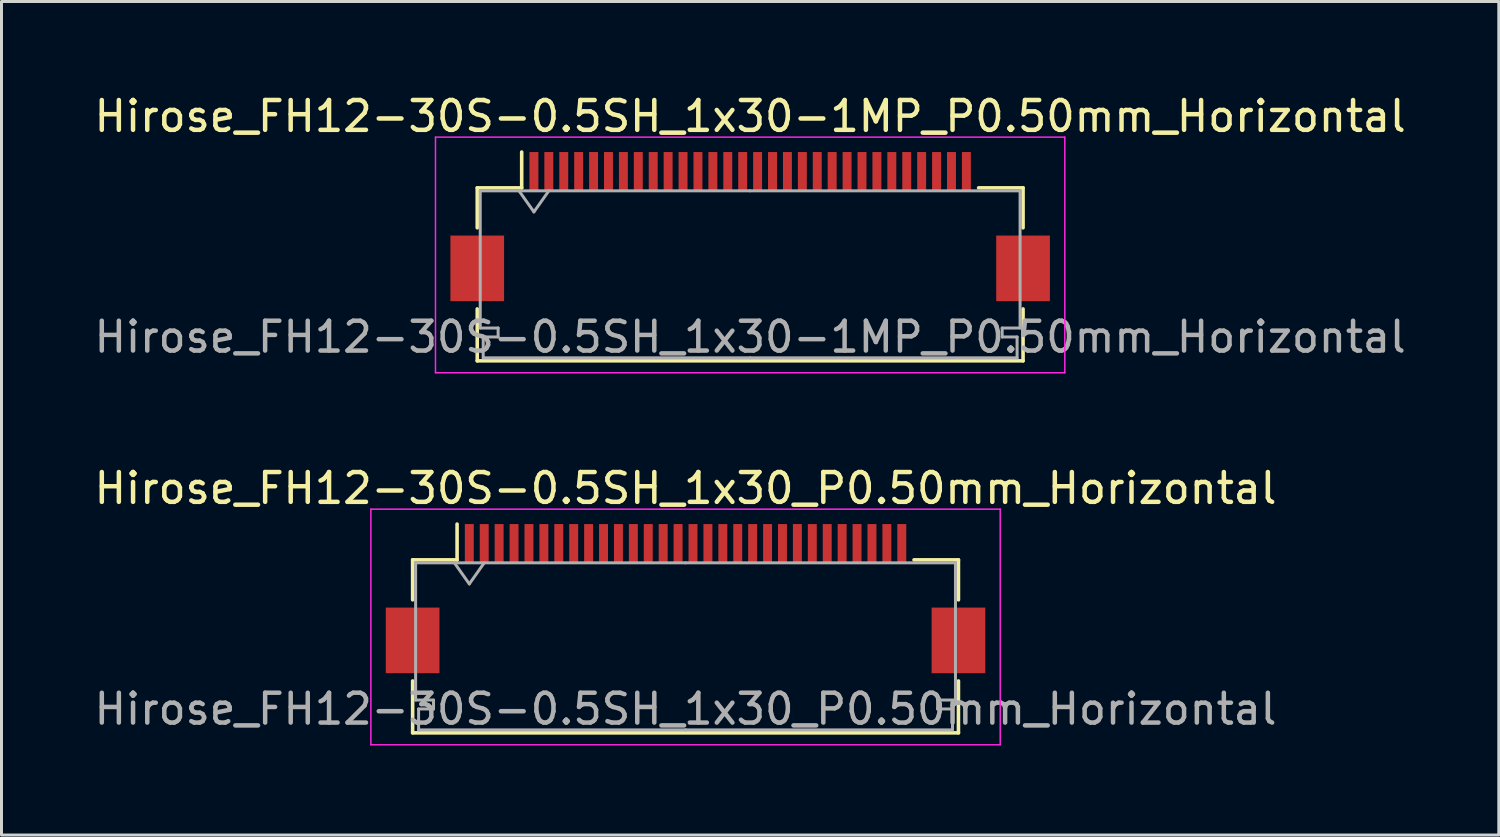
<source format=kicad_pcb>
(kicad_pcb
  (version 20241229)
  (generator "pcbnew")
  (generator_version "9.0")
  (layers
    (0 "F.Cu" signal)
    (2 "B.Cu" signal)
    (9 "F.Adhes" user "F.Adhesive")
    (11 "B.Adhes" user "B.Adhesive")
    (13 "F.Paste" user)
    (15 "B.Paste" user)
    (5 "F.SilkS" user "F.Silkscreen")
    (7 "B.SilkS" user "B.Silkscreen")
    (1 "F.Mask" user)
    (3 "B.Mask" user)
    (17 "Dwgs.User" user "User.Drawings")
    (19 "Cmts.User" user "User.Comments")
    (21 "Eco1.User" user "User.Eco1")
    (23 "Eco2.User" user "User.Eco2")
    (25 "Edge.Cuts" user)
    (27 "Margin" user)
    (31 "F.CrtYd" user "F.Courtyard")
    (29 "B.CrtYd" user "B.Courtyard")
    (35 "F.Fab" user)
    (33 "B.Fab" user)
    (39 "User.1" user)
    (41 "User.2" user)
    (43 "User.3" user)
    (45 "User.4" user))
  (footprint "Hirose_FH12-30S-0.5SH_1x30-1MP_P0.50mm_Horizontal"
    (layer "F.Cu")
    (at 22.101 4.548)
    (property "Reference" "Hirose_FH12-30S-0.5SH_1x30-1MP_P0.50mm_Horizontal" (at 0 -3.7 0) (layer "F.SilkS") (effects (font (size 1 1) (thickness 0.15))))
    (attr smd)
    (fp_line (start -9.15 -1.3) (end -9.15 0.04) (stroke (width 0.12) (type solid)) (layer "F.SilkS"))
    (fp_line (start -9.15 2.76) (end -9.15 4.5) (stroke (width 0.12) (type solid)) (layer "F.SilkS"))
    (fp_line (start -9.15 4.5) (end 9.15 4.5) (stroke (width 0.12) (type solid)) (layer "F.SilkS"))
    (fp_line (start -7.66 -1.3) (end -9.15 -1.3) (stroke (width 0.12) (type solid)) (layer "F.SilkS"))
    (fp_line (start -7.66 -1.3) (end -7.66 -2.5) (stroke (width 0.12) (type solid)) (layer "F.SilkS"))
    (fp_line (start 7.66 -1.3) (end 9.15 -1.3) (stroke (width 0.12) (type solid)) (layer "F.SilkS"))
    (fp_line (start 9.15 -1.3) (end 9.15 0.04) (stroke (width 0.12) (type solid)) (layer "F.SilkS"))
    (fp_line (start 9.15 4.5) (end 9.15 2.76) (stroke (width 0.12) (type solid)) (layer "F.SilkS"))
    (fp_line (start -10.55 -3) (end -10.55 4.9) (stroke (width 0.05) (type solid)) (layer "F.CrtYd"))
    (fp_line (start -10.55 4.9) (end 10.55 4.9) (stroke (width 0.05) (type solid)) (layer "F.CrtYd"))
    (fp_line (start 10.55 -3) (end -10.55 -3) (stroke (width 0.05) (type solid)) (layer "F.CrtYd"))
    (fp_line (start 10.55 4.9) (end 10.55 -3) (stroke (width 0.05) (type solid)) (layer "F.CrtYd"))
    (fp_line (start -9.05 -1.2) (end -9.05 3.4) (stroke (width 0.1) (type solid)) (layer "F.Fab"))
    (fp_line (start -9.05 3.4) (end -8.45 3.4) (stroke (width 0.1) (type solid)) (layer "F.Fab"))
    (fp_line (start -8.95 3.7) (end -8.95 4.4) (stroke (width 0.1) (type solid)) (layer "F.Fab"))
    (fp_line (start -8.95 4.4) (end 0 4.4) (stroke (width 0.1) (type solid)) (layer "F.Fab"))
    (fp_line (start -8.45 3.4) (end -8.45 3.7) (stroke (width 0.1) (type solid)) (layer "F.Fab"))
    (fp_line (start -8.45 3.7) (end -8.95 3.7) (stroke (width 0.1) (type solid)) (layer "F.Fab"))
    (fp_line (start -7.75 -1.2) (end -7.25 -0.493) (stroke (width 0.1) (type solid)) (layer "F.Fab"))
    (fp_line (start -7.25 -0.493) (end -6.75 -1.2) (stroke (width 0.1) (type solid)) (layer "F.Fab"))
    (fp_line (start 0 -1.2) (end -9.05 -1.2) (stroke (width 0.1) (type solid)) (layer "F.Fab"))
    (fp_line (start 0 -1.2) (end 9.05 -1.2) (stroke (width 0.1) (type solid)) (layer "F.Fab"))
    (fp_line (start 8.45 3.4) (end 8.45 3.7) (stroke (width 0.1) (type solid)) (layer "F.Fab"))
    (fp_line (start 8.45 3.7) (end 8.95 3.7) (stroke (width 0.1) (type solid)) (layer "F.Fab"))
    (fp_line (start 8.95 3.7) (end 8.95 4.4) (stroke (width 0.1) (type solid)) (layer "F.Fab"))
    (fp_line (start 8.95 4.4) (end 0 4.4) (stroke (width 0.1) (type solid)) (layer "F.Fab"))
    (fp_line (start 9.05 -1.2) (end 9.05 3.4) (stroke (width 0.1) (type solid)) (layer "F.Fab"))
    (fp_line (start 9.05 3.4) (end 8.45 3.4) (stroke (width 0.1) (type solid)) (layer "F.Fab"))
    (fp_text user "${REFERENCE}" (at 0 3.7 0) (layer "F.Fab") (effects (font (size 1 1) (thickness 0.15))))
    (pad "1" smd rect (at -7.25 -1.85) (size 0.3 1.3) (layers "F.Cu" "F.Mask" "F.Paste"))
    (pad "2" smd rect (at -6.75 -1.85) (size 0.3 1.3) (layers "F.Cu" "F.Mask" "F.Paste"))
    (pad "3" smd rect (at -6.25 -1.85) (size 0.3 1.3) (layers "F.Cu" "F.Mask" "F.Paste"))
    (pad "4" smd rect (at -5.75 -1.85) (size 0.3 1.3) (layers "F.Cu" "F.Mask" "F.Paste"))
    (pad "5" smd rect (at -5.25 -1.85) (size 0.3 1.3) (layers "F.Cu" "F.Mask" "F.Paste"))
    (pad "6" smd rect (at -4.75 -1.85) (size 0.3 1.3) (layers "F.Cu" "F.Mask" "F.Paste"))
    (pad "7" smd rect (at -4.25 -1.85) (size 0.3 1.3) (layers "F.Cu" "F.Mask" "F.Paste"))
    (pad "8" smd rect (at -3.75 -1.85) (size 0.3 1.3) (layers "F.Cu" "F.Mask" "F.Paste"))
    (pad "9" smd rect (at -3.25 -1.85) (size 0.3 1.3) (layers "F.Cu" "F.Mask" "F.Paste"))
    (pad "10" smd rect (at -2.75 -1.85) (size 0.3 1.3) (layers "F.Cu" "F.Mask" "F.Paste"))
    (pad "11" smd rect (at -2.25 -1.85) (size 0.3 1.3) (layers "F.Cu" "F.Mask" "F.Paste"))
    (pad "12" smd rect (at -1.75 -1.85) (size 0.3 1.3) (layers "F.Cu" "F.Mask" "F.Paste"))
    (pad "13" smd rect (at -1.25 -1.85) (size 0.3 1.3) (layers "F.Cu" "F.Mask" "F.Paste"))
    (pad "14" smd rect (at -0.75 -1.85) (size 0.3 1.3) (layers "F.Cu" "F.Mask" "F.Paste"))
    (pad "15" smd rect (at -0.25 -1.85) (size 0.3 1.3) (layers "F.Cu" "F.Mask" "F.Paste"))
    (pad "16" smd rect (at 0.25 -1.85) (size 0.3 1.3) (layers "F.Cu" "F.Mask" "F.Paste"))
    (pad "17" smd rect (at 0.75 -1.85) (size 0.3 1.3) (layers "F.Cu" "F.Mask" "F.Paste"))
    (pad "18" smd rect (at 1.25 -1.85) (size 0.3 1.3) (layers "F.Cu" "F.Mask" "F.Paste"))
    (pad "19" smd rect (at 1.75 -1.85) (size 0.3 1.3) (layers "F.Cu" "F.Mask" "F.Paste"))
    (pad "20" smd rect (at 2.25 -1.85) (size 0.3 1.3) (layers "F.Cu" "F.Mask" "F.Paste"))
    (pad "21" smd rect (at 2.75 -1.85) (size 0.3 1.3) (layers "F.Cu" "F.Mask" "F.Paste"))
    (pad "22" smd rect (at 3.25 -1.85) (size 0.3 1.3) (layers "F.Cu" "F.Mask" "F.Paste"))
    (pad "23" smd rect (at 3.75 -1.85) (size 0.3 1.3) (layers "F.Cu" "F.Mask" "F.Paste"))
    (pad "24" smd rect (at 4.25 -1.85) (size 0.3 1.3) (layers "F.Cu" "F.Mask" "F.Paste"))
    (pad "25" smd rect (at 4.75 -1.85) (size 0.3 1.3) (layers "F.Cu" "F.Mask" "F.Paste"))
    (pad "26" smd rect (at 5.25 -1.85) (size 0.3 1.3) (layers "F.Cu" "F.Mask" "F.Paste"))
    (pad "27" smd rect (at 5.75 -1.85) (size 0.3 1.3) (layers "F.Cu" "F.Mask" "F.Paste"))
    (pad "28" smd rect (at 6.25 -1.85) (size 0.3 1.3) (layers "F.Cu" "F.Mask" "F.Paste"))
    (pad "29" smd rect (at 6.75 -1.85) (size 0.3 1.3) (layers "F.Cu" "F.Mask" "F.Paste"))
    (pad "30" smd rect (at 7.25 -1.85) (size 0.3 1.3) (layers "F.Cu" "F.Mask" "F.Paste"))
    (pad "MP" smd rect (at -9.15 1.4) (size 1.8 2.2) (layers "F.Cu" "F.Mask" "F.Paste"))
    (pad "MP" smd rect (at 9.15 1.4) (size 1.8 2.2) (layers "F.Cu" "F.Mask" "F.Paste")))
  (footprint "Hirose_FH12-30S-0.5SH_1x30_P0.50mm_Horizontal"
    (layer "F.Cu")
    (at 19.935 17.021)
    (property "Reference" "Hirose_FH12-30S-0.5SH_1x30_P0.50mm_Horizontal" (at 0 -3.7 0) (layer "F.SilkS") (effects (font (size 1 1) (thickness 0.15))))
    (attr smd)
    (fp_line (start -9.15 -1.3) (end -9.15 0.04) (stroke (width 0.12) (type solid)) (layer "F.SilkS"))
    (fp_line (start -9.15 2.76) (end -9.15 4.5) (stroke (width 0.12) (type solid)) (layer "F.SilkS"))
    (fp_line (start -9.15 4.5) (end 9.15 4.5) (stroke (width 0.12) (type solid)) (layer "F.SilkS"))
    (fp_line (start -7.66 -1.3) (end -9.15 -1.3) (stroke (width 0.12) (type solid)) (layer "F.SilkS"))
    (fp_line (start -7.66 -1.3) (end -7.66 -2.5) (stroke (width 0.12) (type solid)) (layer "F.SilkS"))
    (fp_line (start 7.66 -1.3) (end 9.15 -1.3) (stroke (width 0.12) (type solid)) (layer "F.SilkS"))
    (fp_line (start 9.15 -1.3) (end 9.15 0.04) (stroke (width 0.12) (type solid)) (layer "F.SilkS"))
    (fp_line (start 9.15 4.5) (end 9.15 2.76) (stroke (width 0.12) (type solid)) (layer "F.SilkS"))
    (fp_line (start -10.55 -3) (end -10.55 4.9) (stroke (width 0.05) (type solid)) (layer "F.CrtYd"))
    (fp_line (start -10.55 4.9) (end 10.55 4.9) (stroke (width 0.05) (type solid)) (layer "F.CrtYd"))
    (fp_line (start 10.55 -3) (end -10.55 -3) (stroke (width 0.05) (type solid)) (layer "F.CrtYd"))
    (fp_line (start 10.55 4.9) (end 10.55 -3) (stroke (width 0.05) (type solid)) (layer "F.CrtYd"))
    (fp_line (start -9.05 -1.2) (end -9.05 3.4) (stroke (width 0.1) (type solid)) (layer "F.Fab"))
    (fp_line (start -9.05 3.4) (end -8.45 3.4) (stroke (width 0.1) (type solid)) (layer "F.Fab"))
    (fp_line (start -8.95 3.7) (end -8.95 4.4) (stroke (width 0.1) (type solid)) (layer "F.Fab"))
    (fp_line (start -8.95 4.4) (end 0 4.4) (stroke (width 0.1) (type solid)) (layer "F.Fab"))
    (fp_line (start -8.45 3.4) (end -8.45 3.7) (stroke (width 0.1) (type solid)) (layer "F.Fab"))
    (fp_line (start -8.45 3.7) (end -8.95 3.7) (stroke (width 0.1) (type solid)) (layer "F.Fab"))
    (fp_line (start -7.75 -1.2) (end -7.25 -0.493) (stroke (width 0.1) (type solid)) (layer "F.Fab"))
    (fp_line (start -7.25 -0.493) (end -6.75 -1.2) (stroke (width 0.1) (type solid)) (layer "F.Fab"))
    (fp_line (start 0 -1.2) (end -9.05 -1.2) (stroke (width 0.1) (type solid)) (layer "F.Fab"))
    (fp_line (start 0 -1.2) (end 9.05 -1.2) (stroke (width 0.1) (type solid)) (layer "F.Fab"))
    (fp_line (start 8.45 3.4) (end 8.45 3.7) (stroke (width 0.1) (type solid)) (layer "F.Fab"))
    (fp_line (start 8.45 3.7) (end 8.95 3.7) (stroke (width 0.1) (type solid)) (layer "F.Fab"))
    (fp_line (start 8.95 3.7) (end 8.95 4.4) (stroke (width 0.1) (type solid)) (layer "F.Fab"))
    (fp_line (start 8.95 4.4) (end 0 4.4) (stroke (width 0.1) (type solid)) (layer "F.Fab"))
    (fp_line (start 9.05 -1.2) (end 9.05 3.4) (stroke (width 0.1) (type solid)) (layer "F.Fab"))
    (fp_line (start 9.05 3.4) (end 8.45 3.4) (stroke (width 0.1) (type solid)) (layer "F.Fab"))
    (fp_text user "${REFERENCE}" (at 0 3.7 0) (layer "F.Fab") (effects (font (size 1 1) (thickness 0.15))))
    (pad "" smd rect (at -9.15 1.4) (size 1.8 2.2) (layers "F.Cu" "F.Mask" "F.Paste"))
    (pad "" smd rect (at 9.15 1.4) (size 1.8 2.2) (layers "F.Cu" "F.Mask" "F.Paste"))
    (pad "1" smd rect (at -7.25 -1.85) (size 0.3 1.3) (layers "F.Cu" "F.Mask" "F.Paste"))
    (pad "2" smd rect (at -6.75 -1.85) (size 0.3 1.3) (layers "F.Cu" "F.Mask" "F.Paste"))
    (pad "3" smd rect (at -6.25 -1.85) (size 0.3 1.3) (layers "F.Cu" "F.Mask" "F.Paste"))
    (pad "4" smd rect (at -5.75 -1.85) (size 0.3 1.3) (layers "F.Cu" "F.Mask" "F.Paste"))
    (pad "5" smd rect (at -5.25 -1.85) (size 0.3 1.3) (layers "F.Cu" "F.Mask" "F.Paste"))
    (pad "6" smd rect (at -4.75 -1.85) (size 0.3 1.3) (layers "F.Cu" "F.Mask" "F.Paste"))
    (pad "7" smd rect (at -4.25 -1.85) (size 0.3 1.3) (layers "F.Cu" "F.Mask" "F.Paste"))
    (pad "8" smd rect (at -3.75 -1.85) (size 0.3 1.3) (layers "F.Cu" "F.Mask" "F.Paste"))
    (pad "9" smd rect (at -3.25 -1.85) (size 0.3 1.3) (layers "F.Cu" "F.Mask" "F.Paste"))
    (pad "10" smd rect (at -2.75 -1.85) (size 0.3 1.3) (layers "F.Cu" "F.Mask" "F.Paste"))
    (pad "11" smd rect (at -2.25 -1.85) (size 0.3 1.3) (layers "F.Cu" "F.Mask" "F.Paste"))
    (pad "12" smd rect (at -1.75 -1.85) (size 0.3 1.3) (layers "F.Cu" "F.Mask" "F.Paste"))
    (pad "13" smd rect (at -1.25 -1.85) (size 0.3 1.3) (layers "F.Cu" "F.Mask" "F.Paste"))
    (pad "14" smd rect (at -0.75 -1.85) (size 0.3 1.3) (layers "F.Cu" "F.Mask" "F.Paste"))
    (pad "15" smd rect (at -0.25 -1.85) (size 0.3 1.3) (layers "F.Cu" "F.Mask" "F.Paste"))
    (pad "16" smd rect (at 0.25 -1.85) (size 0.3 1.3) (layers "F.Cu" "F.Mask" "F.Paste"))
    (pad "17" smd rect (at 0.75 -1.85) (size 0.3 1.3) (layers "F.Cu" "F.Mask" "F.Paste"))
    (pad "18" smd rect (at 1.25 -1.85) (size 0.3 1.3) (layers "F.Cu" "F.Mask" "F.Paste"))
    (pad "19" smd rect (at 1.75 -1.85) (size 0.3 1.3) (layers "F.Cu" "F.Mask" "F.Paste"))
    (pad "20" smd rect (at 2.25 -1.85) (size 0.3 1.3) (layers "F.Cu" "F.Mask" "F.Paste"))
    (pad "21" smd rect (at 2.75 -1.85) (size 0.3 1.3) (layers "F.Cu" "F.Mask" "F.Paste"))
    (pad "22" smd rect (at 3.25 -1.85) (size 0.3 1.3) (layers "F.Cu" "F.Mask" "F.Paste"))
    (pad "23" smd rect (at 3.75 -1.85) (size 0.3 1.3) (layers "F.Cu" "F.Mask" "F.Paste"))
    (pad "24" smd rect (at 4.25 -1.85) (size 0.3 1.3) (layers "F.Cu" "F.Mask" "F.Paste"))
    (pad "25" smd rect (at 4.75 -1.85) (size 0.3 1.3) (layers "F.Cu" "F.Mask" "F.Paste"))
    (pad "26" smd rect (at 5.25 -1.85) (size 0.3 1.3) (layers "F.Cu" "F.Mask" "F.Paste"))
    (pad "27" smd rect (at 5.75 -1.85) (size 0.3 1.3) (layers "F.Cu" "F.Mask" "F.Paste"))
    (pad "28" smd rect (at 6.25 -1.85) (size 0.3 1.3) (layers "F.Cu" "F.Mask" "F.Paste"))
    (pad "29" smd rect (at 6.75 -1.85) (size 0.3 1.3) (layers "F.Cu" "F.Mask" "F.Paste"))
    (pad "30" smd rect (at 7.25 -1.85) (size 0.3 1.3) (layers "F.Cu" "F.Mask" "F.Paste")))
  (gr_rect
    (start -3 -3)
    (end 47.202 24.947)
    (stroke (width 0.1) (type default))
    (fill no)
    (layer "Edge.Cuts")))
</source>
